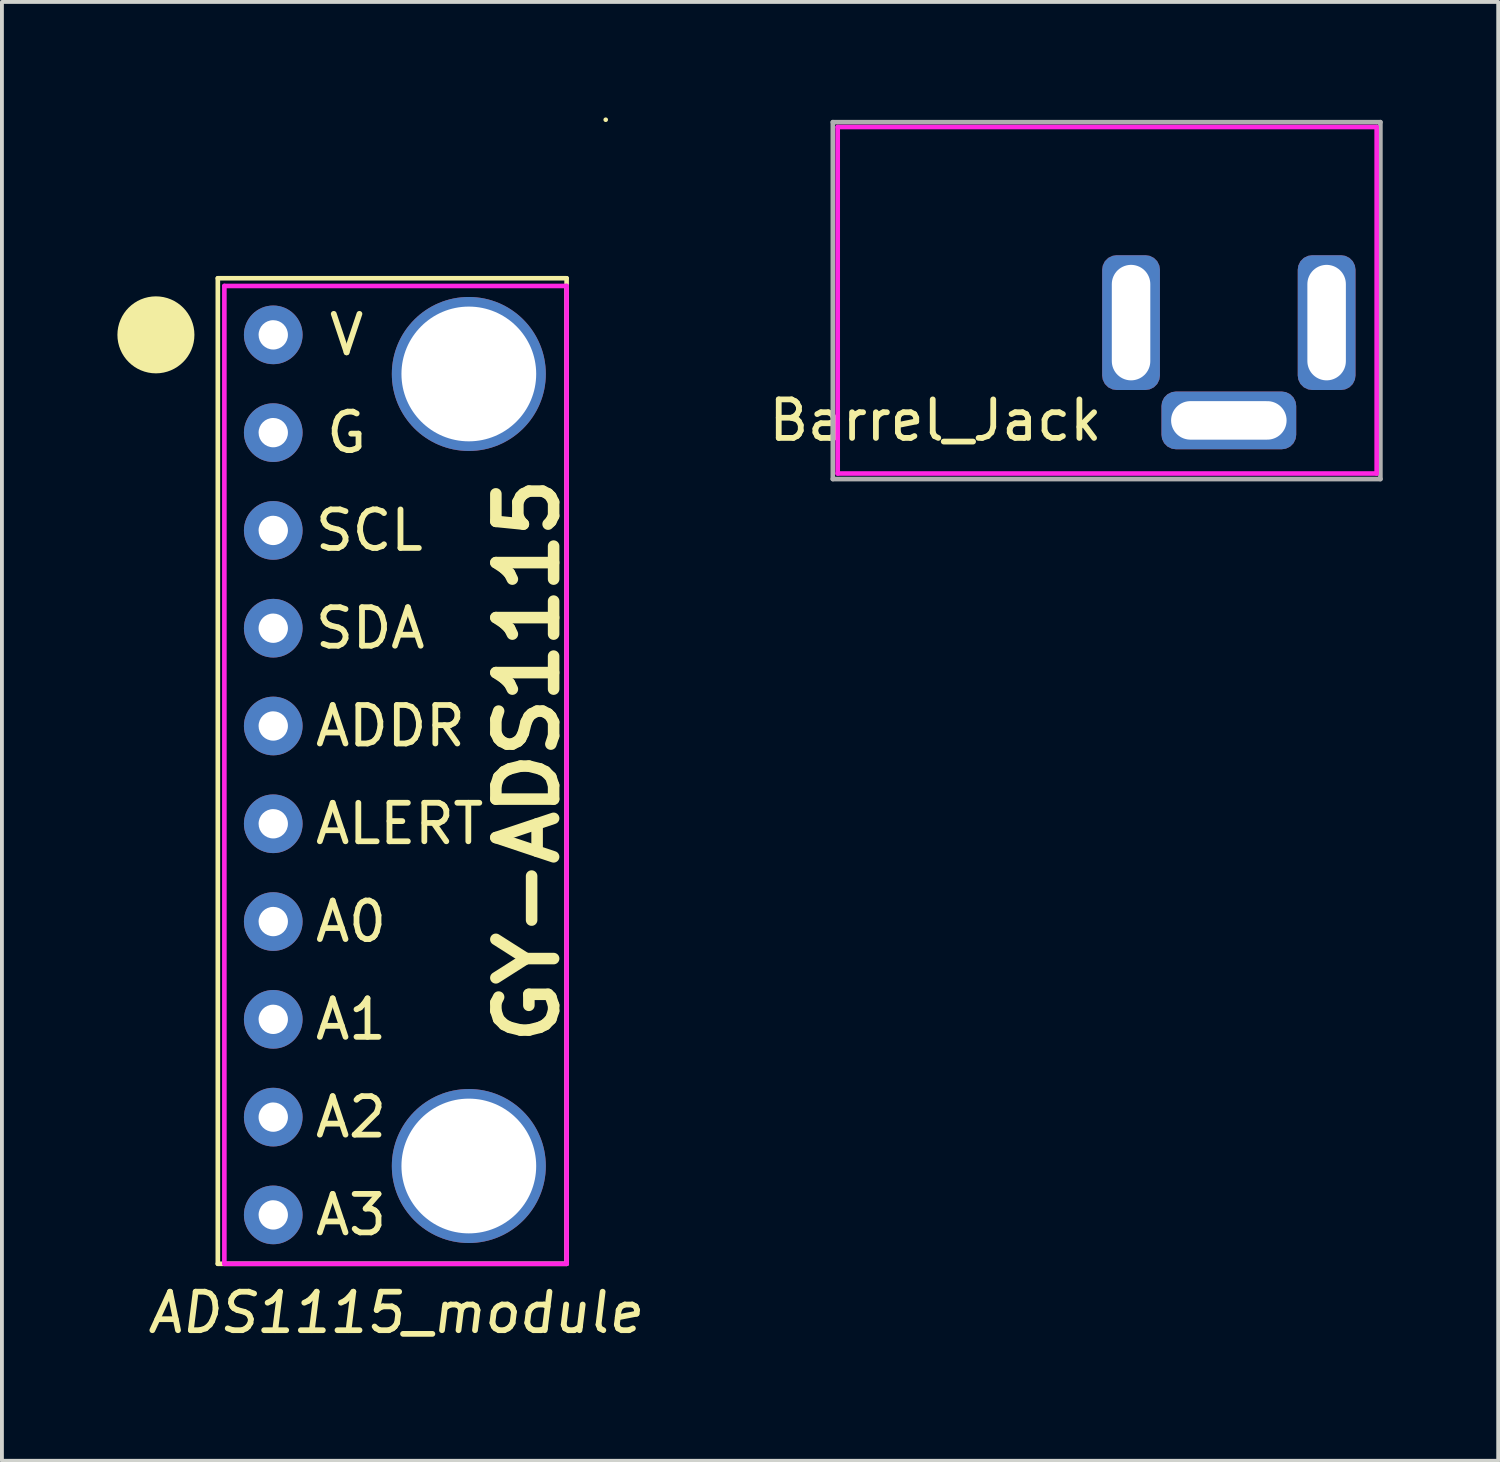
<source format=kicad_pcb>
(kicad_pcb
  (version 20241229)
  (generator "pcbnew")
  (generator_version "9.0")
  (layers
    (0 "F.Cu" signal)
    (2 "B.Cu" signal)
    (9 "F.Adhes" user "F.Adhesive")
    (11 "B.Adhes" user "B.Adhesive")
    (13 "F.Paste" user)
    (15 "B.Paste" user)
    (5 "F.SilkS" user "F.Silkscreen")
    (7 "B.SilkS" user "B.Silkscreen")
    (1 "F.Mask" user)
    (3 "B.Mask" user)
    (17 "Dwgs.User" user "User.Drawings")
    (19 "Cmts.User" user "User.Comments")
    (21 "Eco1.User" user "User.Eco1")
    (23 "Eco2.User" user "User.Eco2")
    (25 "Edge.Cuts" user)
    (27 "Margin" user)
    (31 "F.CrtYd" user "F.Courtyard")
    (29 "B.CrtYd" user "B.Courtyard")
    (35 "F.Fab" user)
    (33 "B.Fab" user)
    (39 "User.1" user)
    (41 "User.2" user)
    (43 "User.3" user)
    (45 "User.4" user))
  (footprint "ADS1115_module"
    (layer "F.Cu")
    (at 11.668 31.048)
    (property "Reference" "ADS1115_module" (at -4.445 0 180) (layer "F.SilkS") (effects (font (size 1 1) (thickness 0.15) (italic yes))))
    (attr through_hole)
    (fp_line (start -9.06 -1.27) (end -9.06 -26.87) (stroke (width 0.12) (type solid)) (layer "F.SilkS"))
    (fp_line (start 0 -26.87) (end -9.06 -26.87) (stroke (width 0.12) (type solid)) (layer "F.SilkS"))
    (fp_line (start 0 -1.27) (end -9.06 -1.27) (stroke (width 0.12) (type solid)) (layer "F.SilkS"))
    (fp_line (start 0 -1.27) (end 0 -26.87) (stroke (width 0.12) (type solid)) (layer "F.SilkS"))
    (fp_line (start 1.016 -30.988) (end 1.016 -30.988) (stroke (width 0.12) (type solid)) (layer "F.SilkS"))
    (fp_circle (center -10.668 -25.4) (end -10.668 -25.9) (stroke (width 1) (type solid)) (fill no) (layer "F.SilkS"))
    (fp_line (start -8.89 -26.67) (end 0 -26.67) (stroke (width 0.12) (type solid)) (layer "F.CrtYd"))
    (fp_line (start -8.89 -1.27) (end -8.89 -26.67) (stroke (width 0.12) (type solid)) (layer "F.CrtYd"))
    (fp_line (start 0 -26.67) (end 0 -1.27) (stroke (width 0.12) (type solid)) (layer "F.CrtYd"))
    (fp_line (start 0 -1.27) (end -8.89 -1.27) (stroke (width 0.12) (type solid)) (layer "F.CrtYd"))
    (fp_text user "G" (at -5.715 -22.86 0) (layer "F.SilkS") (effects (font (size 1 1) (thickness 0.15))))
    (fp_text user "ADDR" (at -6.604 -15.24 0) (layer "F.SilkS") (effects (font (size 1 1) (thickness 0.15)) (justify left)))
    (fp_text user "A0" (at -6.604 -10.16 0) (layer "F.SilkS") (effects (font (size 1 1) (thickness 0.15)) (justify left)))
    (fp_text user "GY-ADS1115" (at -1.016 -6.858 90) (layer "F.SilkS") (effects (font (size 1.5 1.5) (thickness 0.3)) (justify left)))
    (fp_text user "SDA" (at -6.604 -17.78 0) (layer "F.SilkS") (effects (font (size 1 1) (thickness 0.15)) (justify left)))
    (fp_text user "A2" (at -6.604 -5.08 0) (layer "F.SilkS") (effects (font (size 1 1) (thickness 0.15)) (justify left)))
    (fp_text user "A1" (at -6.604 -7.62 0) (layer "F.SilkS") (effects (font (size 1 1) (thickness 0.15)) (justify left)))
    (fp_text user "SCL" (at -6.604 -20.32 0) (layer "F.SilkS") (effects (font (size 1 1) (thickness 0.15)) (justify left)))
    (fp_text user "A3" (at -6.604 -2.54 0) (layer "F.SilkS") (effects (font (size 1 1) (thickness 0.15)) (justify left)))
    (fp_text user "V" (at -5.715 -25.4 0) (layer "F.SilkS") (effects (font (size 1 1) (thickness 0.15))))
    (fp_text user "ALERT" (at -6.604 -12.7 0) (layer "F.SilkS") (effects (font (size 1 1) (thickness 0.15)) (justify left)))
    (pad "1" thru_hole circle (at -7.62 -25.4 270) (size 1.524 1.524) (drill 0.762) (layers "*.Cu" "*.Mask"))
    (pad "2" thru_hole circle (at -7.62 -20.32 270) (size 1.524 1.524) (drill 0.762) (layers "*.Cu" "*.Mask"))
    (pad "3" thru_hole circle (at -7.62 -17.78 270) (size 1.524 1.524) (drill 0.762) (layers "*.Cu" "*.Mask"))
    (pad "4" thru_hole circle (at -7.62 -15.24 270) (size 1.524 1.524) (drill 0.762) (layers "*.Cu" "*.Mask"))
    (pad "5" thru_hole circle (at -7.62 -12.7 270) (size 1.524 1.524) (drill 0.762) (layers "*.Cu" "*.Mask"))
    (pad "6" thru_hole circle (at -7.62 -10.16 270) (size 1.524 1.524) (drill 0.762) (layers "*.Cu" "*.Mask"))
    (pad "7" thru_hole circle (at -7.62 -7.62 270) (size 1.524 1.524) (drill 0.762) (layers "*.Cu" "*.Mask"))
    (pad "8" thru_hole circle (at -7.62 -5.08 270) (size 1.524 1.524) (drill 0.762) (layers "*.Cu" "*.Mask"))
    (pad "9" thru_hole circle (at -7.62 -2.54 270) (size 1.524 1.524) (drill 0.762) (layers "*.Cu" "*.Mask"))
    (pad "10" thru_hole circle (at -7.62 -22.86 270) (size 1.524 1.524) (drill 0.762) (layers "*.Cu" "*.Mask"))
    (pad "11" thru_hole circle (at -2.54 -24.384 270) (size 4 4) (drill 3.5) (layers "*.Cu" "*.Mask"))
    (pad "11" thru_hole circle (at -2.54 -3.81 270) (size 4 4) (drill 3.5) (layers "*.Cu" "*.Mask")))
  (footprint "Barrel_Jack"
    (layer "F.Cu")
    (at 18.71 0.25)
    (property "Reference" "Barrel_Jack" (at 2.54 7.62 0) (layer "F.SilkS") (effects (font (size 1 1) (thickness 0.15))))
    (attr through_hole)
    (fp_line (start 0 0) (end 0 9) (stroke (width 0.12) (type solid)) (layer "F.CrtYd"))
    (fp_line (start 0 0) (end 14 0) (stroke (width 0.12) (type solid)) (layer "F.CrtYd"))
    (fp_line (start 0 9) (end 14 9) (stroke (width 0.12) (type solid)) (layer "F.CrtYd"))
    (fp_line (start 14 0) (end 14 9) (stroke (width 0.12) (type solid)) (layer "F.CrtYd"))
    (fp_line (start -0.127 -0.127) (end 14.097 -0.127) (stroke (width 0.12) (type solid)) (layer "F.Fab"))
    (fp_line (start -0.127 9.144) (end -0.127 -0.127) (stroke (width 0.12) (type solid)) (layer "F.Fab"))
    (fp_line (start 14.097 -0.127) (end 14.097 9.144) (stroke (width 0.12) (type solid)) (layer "F.Fab"))
    (fp_line (start 14.097 9.144) (end -0.127 9.144) (stroke (width 0.12) (type solid)) (layer "F.Fab"))
    (pad "1" thru_hole roundrect (at 12.7 5.08) (size 1.5 3.5) (drill oval 1 3) (layers "*.Cu" "*.Mask") (roundrect_rratio 0.25))
    (pad "2" thru_hole roundrect (at 10.16 7.62) (size 3.5 1.5) (drill oval 3 1) (layers "*.Cu" "*.Mask") (roundrect_rratio 0.25))
    (pad "3" thru_hole roundrect (at 7.62 5.08) (size 1.5 3.5) (drill oval 1 3) (layers "*.Cu" "*.Mask") (roundrect_rratio 0.25)))
  (gr_rect
    (start -3 -3)
    (end 35.867 34.896)
    (stroke (width 0.1) (type default))
    (fill no)
    (layer "Edge.Cuts")))
</source>
